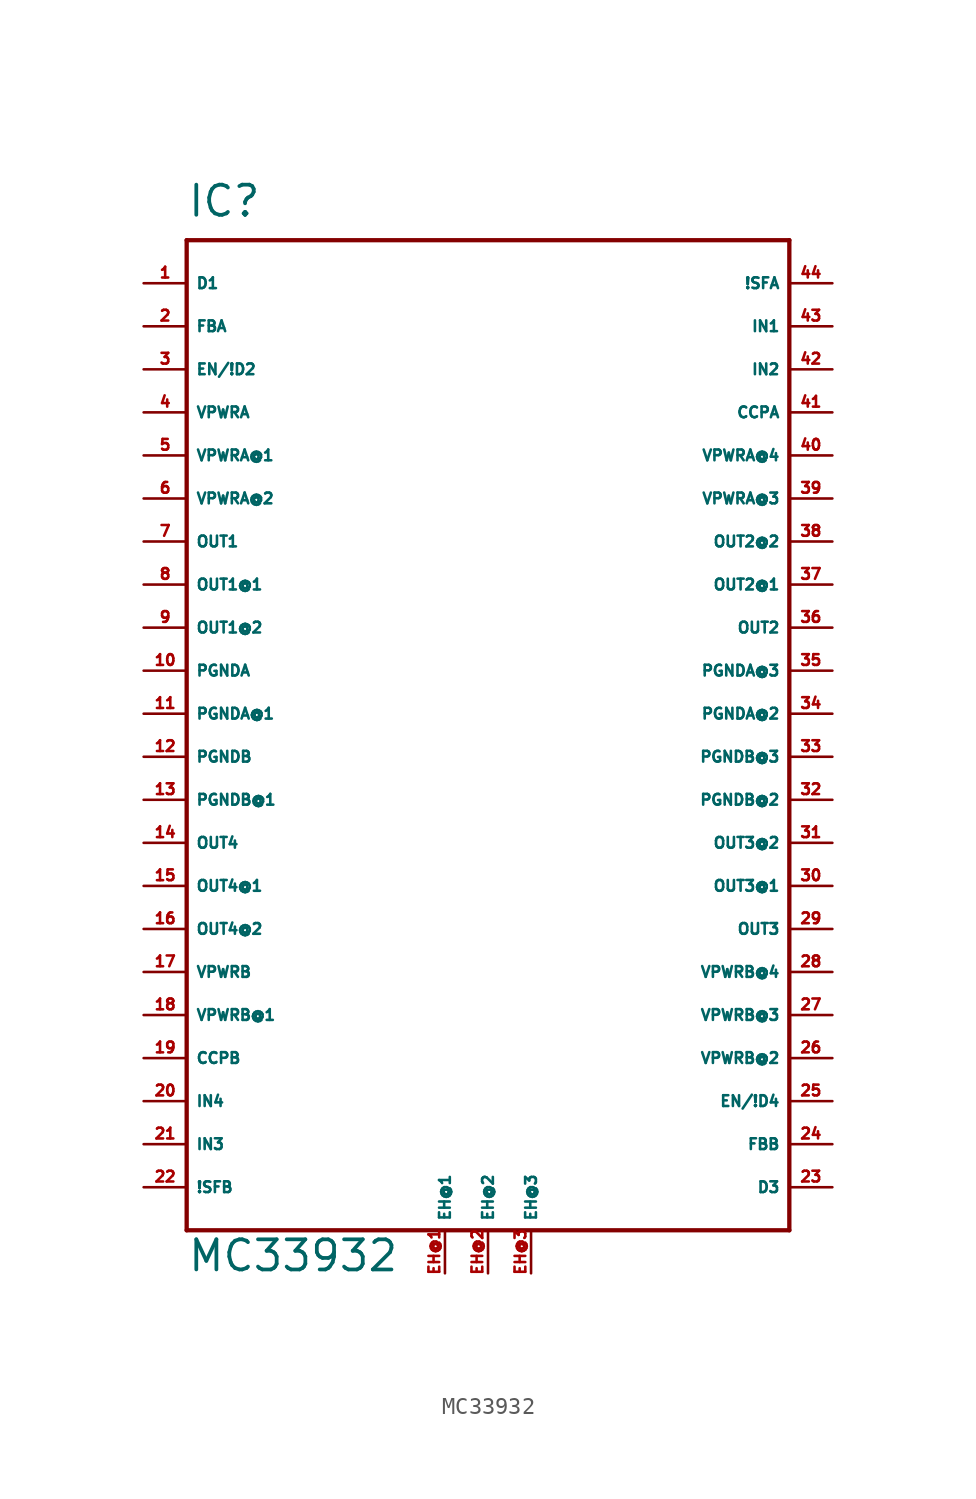
<source format=kicad_sym>
(kicad_symbol_lib
  (version 20220914)
  (generator Eagle2Kicad)
  (symbol "MC33932"
    (property "Reference" "IC"
      (at -17.78 29.21 0)
      (effects (font (size 1.778 1.778) (thickness 0.22)) (justify left bottom)))
    (property "Value" "MC33932"
      (at -17.78 -33.02 0)
      (effects (font (size 1.778 1.778) (thickness 0.22)) (justify left bottom)))
    (polyline
      (pts (xy -17.78 -30.48) (xy 17.78 -30.48))
      (stroke (width 0.254) (type default))
      (fill (type none)))
    (polyline
      (pts (xy 17.78 -30.48) (xy 17.78 27.94))
      (stroke (width 0.254) (type default))
      (fill (type none)))
    (polyline
      (pts (xy 17.78 27.94) (xy -17.78 27.94))
      (stroke (width 0.254) (type default))
      (fill (type none)))
    (polyline
      (pts (xy -17.78 27.94) (xy -17.78 -30.48))
      (stroke (width 0.254) (type default))
      (fill (type none)))
    (pin input line
      (at -20.32 25.4 0)
      (length 2.54)
      (name "D1" (effects (font (size 0.635 0.635) (thickness 0.08)) (justify left bottom)))
      (number "1" (effects (font (size 0.635 0.635) (thickness 0.08)) (justify left bottom))))
    (pin output line
      (at -20.32 22.86 0)
      (length 2.54)
      (name "FBA" (effects (font (size 0.635 0.635) (thickness 0.08)) (justify left bottom)))
      (number "2" (effects (font (size 0.635 0.635) (thickness 0.08)) (justify left bottom))))
    (pin input line
      (at -20.32 20.32 0)
      (length 2.54)
      (name "EN/!D2" (effects (font (size 0.635 0.635) (thickness 0.08)) (justify left bottom)))
      (number "3" (effects (font (size 0.635 0.635) (thickness 0.08)) (justify left bottom))))
    (pin input line
      (at -20.32 17.78 0)
      (length 2.54)
      (name "VPWRA" (effects (font (size 0.635 0.635) (thickness 0.08)) (justify left bottom)))
      (number "4" (effects (font (size 0.635 0.635) (thickness 0.08)) (justify left bottom))))
    (pin input line
      (at -20.32 15.24 0)
      (length 2.54)
      (name "VPWRA@1" (effects (font (size 0.635 0.635) (thickness 0.08)) (justify left bottom)))
      (number "5" (effects (font (size 0.635 0.635) (thickness 0.08)) (justify left bottom))))
    (pin input line
      (at -20.32 12.7 0)
      (length 2.54)
      (name "VPWRA@2" (effects (font (size 0.635 0.635) (thickness 0.08)) (justify left bottom)))
      (number "6" (effects (font (size 0.635 0.635) (thickness 0.08)) (justify left bottom))))
    (pin output line
      (at -20.32 10.16 0)
      (length 2.54)
      (name "OUT1" (effects (font (size 0.635 0.635) (thickness 0.08)) (justify left bottom)))
      (number "7" (effects (font (size 0.635 0.635) (thickness 0.08)) (justify left bottom))))
    (pin passive line
      (at -20.32 7.62 0)
      (length 2.54)
      (name "OUT1@1" (effects (font (size 0.635 0.635) (thickness 0.08)) (justify left bottom)))
      (number "8" (effects (font (size 0.635 0.635) (thickness 0.08)) (justify left bottom))))
    (pin passive line
      (at -20.32 5.08 0)
      (length 2.54)
      (name "OUT1@2" (effects (font (size 0.635 0.635) (thickness 0.08)) (justify left bottom)))
      (number "9" (effects (font (size 0.635 0.635) (thickness 0.08)) (justify left bottom))))
    (pin unspecified line
      (at -20.32 2.54 0)
      (length 2.54)
      (name "PGNDA" (effects (font (size 0.635 0.635) (thickness 0.08)) (justify left bottom)))
      (number "10" (effects (font (size 0.635 0.635) (thickness 0.08)) (justify left bottom))))
    (pin unspecified line
      (at -20.32 0 0)
      (length 2.54)
      (name "PGNDA@1" (effects (font (size 0.635 0.635) (thickness 0.08)) (justify left bottom)))
      (number "11" (effects (font (size 0.635 0.635) (thickness 0.08)) (justify left bottom))))
    (pin unspecified line
      (at -20.32 -2.54 0)
      (length 2.54)
      (name "PGNDB" (effects (font (size 0.635 0.635) (thickness 0.08)) (justify left bottom)))
      (number "12" (effects (font (size 0.635 0.635) (thickness 0.08)) (justify left bottom))))
    (pin unspecified line
      (at -20.32 -5.08 0)
      (length 2.54)
      (name "PGNDB@1" (effects (font (size 0.635 0.635) (thickness 0.08)) (justify left bottom)))
      (number "13" (effects (font (size 0.635 0.635) (thickness 0.08)) (justify left bottom))))
    (pin output line
      (at -20.32 -7.62 0)
      (length 2.54)
      (name "OUT4" (effects (font (size 0.635 0.635) (thickness 0.08)) (justify left bottom)))
      (number "14" (effects (font (size 0.635 0.635) (thickness 0.08)) (justify left bottom))))
    (pin passive line
      (at -20.32 -10.16 0)
      (length 2.54)
      (name "OUT4@1" (effects (font (size 0.635 0.635) (thickness 0.08)) (justify left bottom)))
      (number "15" (effects (font (size 0.635 0.635) (thickness 0.08)) (justify left bottom))))
    (pin passive line
      (at -20.32 -12.7 0)
      (length 2.54)
      (name "OUT4@2" (effects (font (size 0.635 0.635) (thickness 0.08)) (justify left bottom)))
      (number "16" (effects (font (size 0.635 0.635) (thickness 0.08)) (justify left bottom))))
    (pin input line
      (at -20.32 -15.24 0)
      (length 2.54)
      (name "VPWRB" (effects (font (size 0.635 0.635) (thickness 0.08)) (justify left bottom)))
      (number "17" (effects (font (size 0.635 0.635) (thickness 0.08)) (justify left bottom))))
    (pin input line
      (at -20.32 -17.78 0)
      (length 2.54)
      (name "VPWRB@1" (effects (font (size 0.635 0.635) (thickness 0.08)) (justify left bottom)))
      (number "18" (effects (font (size 0.635 0.635) (thickness 0.08)) (justify left bottom))))
    (pin output line
      (at -20.32 -20.32 0)
      (length 2.54)
      (name "CCPB" (effects (font (size 0.635 0.635) (thickness 0.08)) (justify left bottom)))
      (number "19" (effects (font (size 0.635 0.635) (thickness 0.08)) (justify left bottom))))
    (pin input line
      (at -20.32 -22.86 0)
      (length 2.54)
      (name "IN4" (effects (font (size 0.635 0.635) (thickness 0.08)) (justify left bottom)))
      (number "20" (effects (font (size 0.635 0.635) (thickness 0.08)) (justify left bottom))))
    (pin input line
      (at -20.32 -25.4 0)
      (length 2.54)
      (name "IN3" (effects (font (size 0.635 0.635) (thickness 0.08)) (justify left bottom)))
      (number "21" (effects (font (size 0.635 0.635) (thickness 0.08)) (justify left bottom))))
    (pin open_collector line
      (at -20.32 -27.94 0)
      (length 2.54)
      (name "!SFB" (effects (font (size 0.635 0.635) (thickness 0.08)) (justify left bottom)))
      (number "22" (effects (font (size 0.635 0.635) (thickness 0.08)) (justify left bottom))))
    (pin input line
      (at 20.32 -27.94 180)
      (length 2.54)
      (name "D3" (effects (font (size 0.635 0.635) (thickness 0.08)) (justify left bottom)))
      (number "23" (effects (font (size 0.635 0.635) (thickness 0.08)) (justify left bottom))))
    (pin output line
      (at 20.32 -25.4 180)
      (length 2.54)
      (name "FBB" (effects (font (size 0.635 0.635) (thickness 0.08)) (justify left bottom)))
      (number "24" (effects (font (size 0.635 0.635) (thickness 0.08)) (justify left bottom))))
    (pin input line
      (at 20.32 -22.86 180)
      (length 2.54)
      (name "EN/!D4" (effects (font (size 0.635 0.635) (thickness 0.08)) (justify left bottom)))
      (number "25" (effects (font (size 0.635 0.635) (thickness 0.08)) (justify left bottom))))
    (pin input line
      (at 20.32 -20.32 180)
      (length 2.54)
      (name "VPWRB@2" (effects (font (size 0.635 0.635) (thickness 0.08)) (justify left bottom)))
      (number "26" (effects (font (size 0.635 0.635) (thickness 0.08)) (justify left bottom))))
    (pin input line
      (at 20.32 -17.78 180)
      (length 2.54)
      (name "VPWRB@3" (effects (font (size 0.635 0.635) (thickness 0.08)) (justify left bottom)))
      (number "27" (effects (font (size 0.635 0.635) (thickness 0.08)) (justify left bottom))))
    (pin input line
      (at 20.32 -15.24 180)
      (length 2.54)
      (name "VPWRB@4" (effects (font (size 0.635 0.635) (thickness 0.08)) (justify left bottom)))
      (number "28" (effects (font (size 0.635 0.635) (thickness 0.08)) (justify left bottom))))
    (pin output line
      (at 20.32 -12.7 180)
      (length 2.54)
      (name "OUT3" (effects (font (size 0.635 0.635) (thickness 0.08)) (justify left bottom)))
      (number "29" (effects (font (size 0.635 0.635) (thickness 0.08)) (justify left bottom))))
    (pin passive line
      (at 20.32 -10.16 180)
      (length 2.54)
      (name "OUT3@1" (effects (font (size 0.635 0.635) (thickness 0.08)) (justify left bottom)))
      (number "30" (effects (font (size 0.635 0.635) (thickness 0.08)) (justify left bottom))))
    (pin passive line
      (at 20.32 -7.62 180)
      (length 2.54)
      (name "OUT3@2" (effects (font (size 0.635 0.635) (thickness 0.08)) (justify left bottom)))
      (number "31" (effects (font (size 0.635 0.635) (thickness 0.08)) (justify left bottom))))
    (pin unspecified line
      (at 20.32 -5.08 180)
      (length 2.54)
      (name "PGNDB@2" (effects (font (size 0.635 0.635) (thickness 0.08)) (justify left bottom)))
      (number "32" (effects (font (size 0.635 0.635) (thickness 0.08)) (justify left bottom))))
    (pin unspecified line
      (at 20.32 -2.54 180)
      (length 2.54)
      (name "PGNDB@3" (effects (font (size 0.635 0.635) (thickness 0.08)) (justify left bottom)))
      (number "33" (effects (font (size 0.635 0.635) (thickness 0.08)) (justify left bottom))))
    (pin unspecified line
      (at 20.32 0 180)
      (length 2.54)
      (name "PGNDA@2" (effects (font (size 0.635 0.635) (thickness 0.08)) (justify left bottom)))
      (number "34" (effects (font (size 0.635 0.635) (thickness 0.08)) (justify left bottom))))
    (pin unspecified line
      (at 20.32 2.54 180)
      (length 2.54)
      (name "PGNDA@3" (effects (font (size 0.635 0.635) (thickness 0.08)) (justify left bottom)))
      (number "35" (effects (font (size 0.635 0.635) (thickness 0.08)) (justify left bottom))))
    (pin output line
      (at 20.32 5.08 180)
      (length 2.54)
      (name "OUT2" (effects (font (size 0.635 0.635) (thickness 0.08)) (justify left bottom)))
      (number "36" (effects (font (size 0.635 0.635) (thickness 0.08)) (justify left bottom))))
    (pin passive line
      (at 20.32 7.62 180)
      (length 2.54)
      (name "OUT2@1" (effects (font (size 0.635 0.635) (thickness 0.08)) (justify left bottom)))
      (number "37" (effects (font (size 0.635 0.635) (thickness 0.08)) (justify left bottom))))
    (pin passive line
      (at 20.32 10.16 180)
      (length 2.54)
      (name "OUT2@2" (effects (font (size 0.635 0.635) (thickness 0.08)) (justify left bottom)))
      (number "38" (effects (font (size 0.635 0.635) (thickness 0.08)) (justify left bottom))))
    (pin input line
      (at 20.32 12.7 180)
      (length 2.54)
      (name "VPWRA@3" (effects (font (size 0.635 0.635) (thickness 0.08)) (justify left bottom)))
      (number "39" (effects (font (size 0.635 0.635) (thickness 0.08)) (justify left bottom))))
    (pin input line
      (at 20.32 15.24 180)
      (length 2.54)
      (name "VPWRA@4" (effects (font (size 0.635 0.635) (thickness 0.08)) (justify left bottom)))
      (number "40" (effects (font (size 0.635 0.635) (thickness 0.08)) (justify left bottom))))
    (pin output line
      (at 20.32 17.78 180)
      (length 2.54)
      (name "CCPA" (effects (font (size 0.635 0.635) (thickness 0.08)) (justify left bottom)))
      (number "41" (effects (font (size 0.635 0.635) (thickness 0.08)) (justify left bottom))))
    (pin input line
      (at 20.32 20.32 180)
      (length 2.54)
      (name "IN2" (effects (font (size 0.635 0.635) (thickness 0.08)) (justify left bottom)))
      (number "42" (effects (font (size 0.635 0.635) (thickness 0.08)) (justify left bottom))))
    (pin input line
      (at 20.32 22.86 180)
      (length 2.54)
      (name "IN1" (effects (font (size 0.635 0.635) (thickness 0.08)) (justify left bottom)))
      (number "43" (effects (font (size 0.635 0.635) (thickness 0.08)) (justify left bottom))))
    (pin open_collector line
      (at 20.32 25.4 180)
      (length 2.54)
      (name "!SFA" (effects (font (size 0.635 0.635) (thickness 0.08)) (justify left bottom)))
      (number "44" (effects (font (size 0.635 0.635) (thickness 0.08)) (justify left bottom))))
    (pin passive line
      (at -2.54 -33.02 90)
      (length 2.54)
      (name "EH@1" (effects (font (size 0.635 0.635) (thickness 0.08)) (justify left bottom)))
      (number "EH@1" (effects (font (size 0.635 0.635) (thickness 0.08)) (justify left bottom))))
    (pin passive line
      (at 0 -33.02 90)
      (length 2.54)
      (name "EH@2" (effects (font (size 0.635 0.635) (thickness 0.08)) (justify left bottom)))
      (number "EH@2" (effects (font (size 0.635 0.635) (thickness 0.08)) (justify left bottom))))
    (pin passive line
      (at 2.54 -33.02 90)
      (length 2.54)
      (name "EH@3" (effects (font (size 0.635 0.635) (thickness 0.08)) (justify left bottom)))
      (number "EH@3" (effects (font (size 0.635 0.635) (thickness 0.08)) (justify left bottom))))))
</source>
